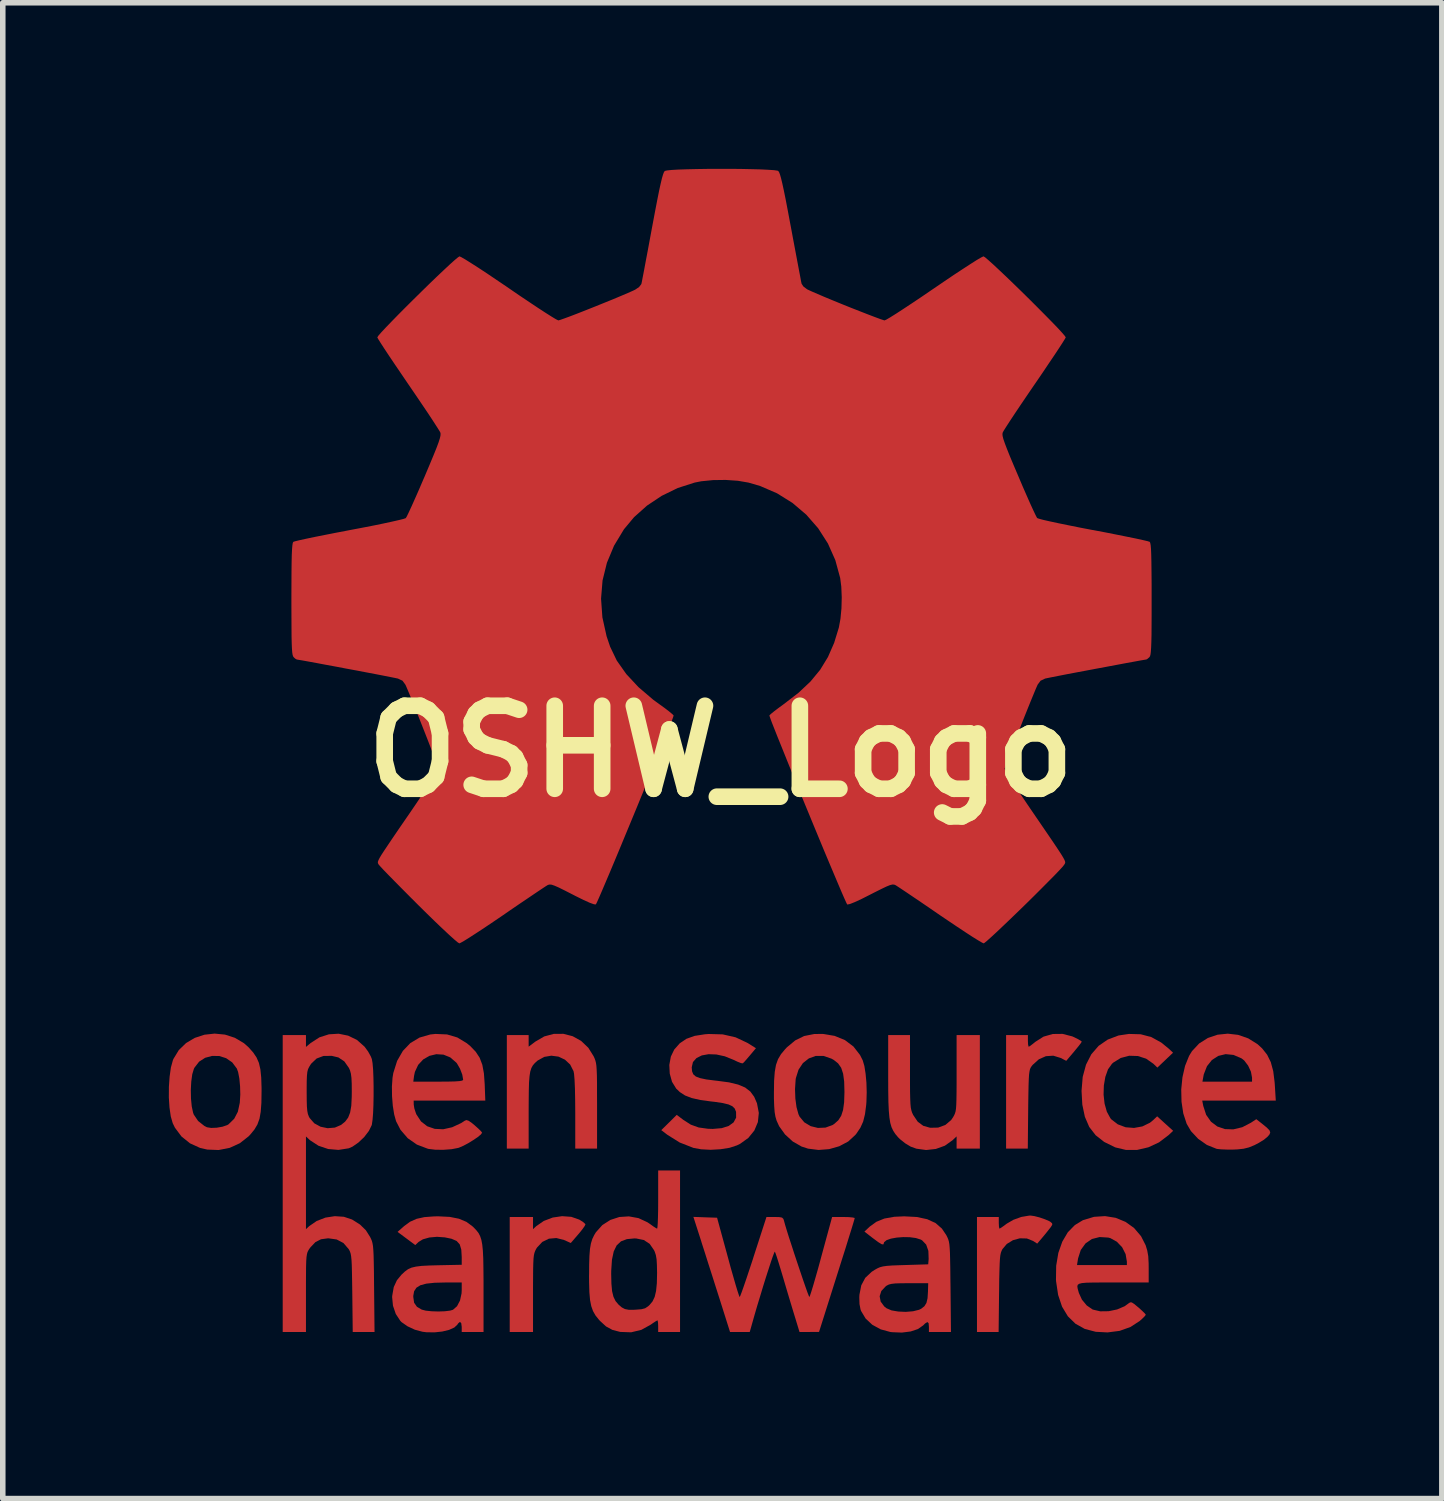
<source format=kicad_pcb>
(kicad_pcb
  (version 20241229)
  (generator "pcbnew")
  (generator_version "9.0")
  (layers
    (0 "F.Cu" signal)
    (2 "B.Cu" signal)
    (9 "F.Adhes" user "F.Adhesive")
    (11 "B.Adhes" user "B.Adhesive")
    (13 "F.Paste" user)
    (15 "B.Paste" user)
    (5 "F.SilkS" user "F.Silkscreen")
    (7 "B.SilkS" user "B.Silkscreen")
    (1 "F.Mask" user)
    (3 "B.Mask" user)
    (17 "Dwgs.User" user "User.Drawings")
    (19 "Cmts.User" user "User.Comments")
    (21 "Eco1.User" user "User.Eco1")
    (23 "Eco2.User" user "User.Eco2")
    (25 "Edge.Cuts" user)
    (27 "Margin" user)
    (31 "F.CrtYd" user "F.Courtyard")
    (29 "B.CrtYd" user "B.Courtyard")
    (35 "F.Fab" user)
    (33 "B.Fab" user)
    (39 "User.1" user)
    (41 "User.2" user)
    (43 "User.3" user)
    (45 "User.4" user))
  (footprint "OSHW_Logo"
    (layer "F.Cu")
    (at 9.971 10.521)
    (property "Reference" "OSHW_Logo" (at 0 0 0) (layer "F.SilkS") (effects (font (size 1.5 1.5) (thickness 0.3))))
    (attr board_only exclude_from_pos_files exclude_from_bom)
    (fp_poly (pts (xy -2.701 8.411) (xy -2.557 8.461) (xy -2.492 8.501) (xy -2.451 8.537) (xy -2.445 8.549) (xy -2.462 8.582) (xy -2.504 8.641) (xy -2.565 8.716) (xy -2.578 8.731) (xy -2.71 8.884) (xy -2.83 8.83) (xy -2.97 8.794) (xy -3.105 8.806) (xy -3.224 8.864) (xy -3.32 8.966) (xy -3.337 8.994) (xy -3.353 9.026) (xy -3.366 9.061) (xy -3.376 9.105) (xy -3.383 9.165) (xy -3.387 9.248) (xy -3.39 9.361) (xy -3.391 9.51) (xy -3.392 9.702) (xy -3.392 9.792) (xy -3.392 10.491) (xy -3.602 10.491) (xy -3.813 10.491) (xy -3.813 9.453) (xy -3.813 8.414) (xy -3.602 8.414) (xy -3.392 8.414) (xy -3.392 8.524) (xy -3.392 8.634) (xy -3.333 8.579) (xy -3.197 8.485) (xy -3.037 8.424) (xy -2.867 8.399)) (stroke (width 0) (type solid)) (fill yes) (layer "F.Cu"))
    (fp_poly (pts (xy 6.349 5.151) (xy 6.383 5.166) (xy 6.457 5.203) (xy 6.507 5.233) (xy 6.521 5.246) (xy 6.505 5.273) (xy 6.463 5.328) (xy 6.402 5.402) (xy 6.381 5.428) (xy 6.241 5.593) (xy 6.14 5.541) (xy 6.007 5.5) (xy 5.873 5.509) (xy 5.746 5.565) (xy 5.634 5.666) (xy 5.615 5.69) (xy 5.599 5.714) (xy 5.586 5.743) (xy 5.577 5.783) (xy 5.569 5.84) (xy 5.564 5.921) (xy 5.56 6.033) (xy 5.557 6.181) (xy 5.554 6.373) (xy 5.553 6.47) (xy 5.546 7.178) (xy 5.35 7.178) (xy 5.154 7.178) (xy 5.154 6.153) (xy 5.154 5.127) (xy 5.351 5.127) (xy 5.548 5.127) (xy 5.548 5.233) (xy 5.551 5.298) (xy 5.56 5.335) (xy 5.564 5.338) (xy 5.591 5.322) (xy 5.643 5.282) (xy 5.682 5.25) (xy 5.83 5.156) (xy 5.997 5.108) (xy 6.173 5.106)) (stroke (width 0) (type solid)) (fill yes) (layer "F.Cu"))
    (fp_poly (pts (xy 5.666 8.398) (xy 5.759 8.422) (xy 5.855 8.455) (xy 5.932 8.488) (xy 5.955 8.502) (xy 5.985 8.528) (xy 5.988 8.554) (xy 5.962 8.596) (xy 5.937 8.628) (xy 5.873 8.709) (xy 5.803 8.793) (xy 5.792 8.806) (xy 5.716 8.895) (xy 5.642 8.847) (xy 5.529 8.802) (xy 5.403 8.799) (xy 5.278 8.833) (xy 5.167 8.901) (xy 5.089 8.993) (xy 5.073 9.024) (xy 5.06 9.059) (xy 5.05 9.105) (xy 5.043 9.169) (xy 5.038 9.257) (xy 5.034 9.377) (xy 5.03 9.534) (xy 5.028 9.735) (xy 5.027 9.788) (xy 5.019 10.491) (xy 4.823 10.491) (xy 4.628 10.491) (xy 4.628 9.453) (xy 4.628 8.414) (xy 4.825 8.414) (xy 5.022 8.414) (xy 5.022 8.519) (xy 5.025 8.585) (xy 5.032 8.622) (xy 5.035 8.624) (xy 5.061 8.61) (xy 5.116 8.572) (xy 5.165 8.535) (xy 5.285 8.465) (xy 5.429 8.413) (xy 5.57 8.389) (xy 5.597 8.388)) (stroke (width 0) (type solid)) (fill yes) (layer "F.Cu"))
    (fp_poly (pts (xy 7.586 5.113) (xy 7.778 5.164) (xy 7.956 5.262) (xy 8.089 5.37) (xy 8.17 5.446) (xy 8.029 5.58) (xy 7.887 5.715) (xy 7.815 5.646) (xy 7.684 5.554) (xy 7.534 5.506) (xy 7.378 5.501) (xy 7.226 5.541) (xy 7.09 5.625) (xy 7.066 5.647) (xy 6.995 5.747) (xy 6.947 5.882) (xy 6.92 6.038) (xy 6.915 6.204) (xy 6.933 6.366) (xy 6.974 6.512) (xy 7.037 6.628) (xy 7.054 6.649) (xy 7.172 6.74) (xy 7.313 6.793) (xy 7.465 6.805) (xy 7.615 6.778) (xy 7.753 6.711) (xy 7.813 6.662) (xy 7.883 6.595) (xy 8.027 6.726) (xy 8.172 6.857) (xy 8.089 6.935) (xy 7.916 7.066) (xy 7.724 7.155) (xy 7.522 7.202) (xy 7.321 7.203) (xy 7.128 7.157) (xy 7.121 7.154) (xy 6.926 7.058) (xy 6.772 6.937) (xy 6.656 6.787) (xy 6.577 6.604) (xy 6.531 6.385) (xy 6.517 6.135) (xy 6.538 5.883) (xy 6.598 5.662) (xy 6.694 5.474) (xy 6.826 5.322) (xy 6.99 5.209) (xy 7.185 5.135) (xy 7.373 5.107)) (stroke (width 0) (type solid)) (fill yes) (layer "F.Cu"))
    (fp_poly (pts (xy -2.676 5.148) (xy -2.523 5.233) (xy -2.393 5.357) (xy -2.298 5.509) (xy -2.28 5.548) (xy -2.266 5.586) (xy -2.255 5.629) (xy -2.247 5.684) (xy -2.242 5.758) (xy -2.238 5.856) (xy -2.236 5.987) (xy -2.236 6.155) (xy -2.235 6.369) (xy -2.235 6.409) (xy -2.235 7.178) (xy -2.432 7.178) (xy -2.629 7.178) (xy -2.629 6.531) (xy -2.631 6.287) (xy -2.635 6.087) (xy -2.642 5.932) (xy -2.651 5.826) (xy -2.66 5.78) (xy -2.721 5.66) (xy -2.815 5.572) (xy -2.932 5.517) (xy -3.061 5.5) (xy -3.19 5.522) (xy -3.309 5.588) (xy -3.316 5.594) (xy -3.36 5.634) (xy -3.395 5.675) (xy -3.422 5.724) (xy -3.442 5.787) (xy -3.455 5.87) (xy -3.464 5.981) (xy -3.468 6.126) (xy -3.47 6.312) (xy -3.471 6.507) (xy -3.471 7.178) (xy -3.668 7.178) (xy -3.865 7.178) (xy -3.865 6.153) (xy -3.865 5.127) (xy -3.668 5.127) (xy -3.471 5.127) (xy -3.471 5.232) (xy -3.471 5.337) (xy -3.352 5.247) (xy -3.189 5.152) (xy -3.017 5.106) (xy -2.843 5.105)) (stroke (width 0) (type solid)) (fill yes) (layer "F.Cu"))
    (fp_poly (pts (xy 3.418 5.792) (xy 3.418 5.997) (xy 3.419 6.157) (xy 3.422 6.278) (xy 3.426 6.368) (xy 3.432 6.435) (xy 3.442 6.484) (xy 3.454 6.524) (xy 3.471 6.561) (xy 3.477 6.573) (xy 3.558 6.693) (xy 3.658 6.767) (xy 3.782 6.802) (xy 3.927 6.799) (xy 4.057 6.751) (xy 4.161 6.663) (xy 4.194 6.615) (xy 4.214 6.58) (xy 4.229 6.547) (xy 4.241 6.508) (xy 4.249 6.457) (xy 4.254 6.387) (xy 4.257 6.29) (xy 4.259 6.16) (xy 4.26 5.991) (xy 4.26 5.815) (xy 4.26 5.127) (xy 4.47 5.127) (xy 4.68 5.127) (xy 4.68 6.153) (xy 4.68 7.178) (xy 4.47 7.178) (xy 4.26 7.178) (xy 4.26 7.068) (xy 4.26 6.958) (xy 4.187 7.027) (xy 4.048 7.126) (xy 3.884 7.185) (xy 3.709 7.204) (xy 3.534 7.18) (xy 3.431 7.143) (xy 3.333 7.084) (xy 3.236 7.007) (xy 3.203 6.974) (xy 3.154 6.916) (xy 3.116 6.858) (xy 3.085 6.793) (xy 3.062 6.715) (xy 3.046 6.616) (xy 3.035 6.492) (xy 3.028 6.335) (xy 3.025 6.139) (xy 3.024 5.898) (xy 3.024 5.859) (xy 3.024 5.127) (xy 3.221 5.127) (xy 3.418 5.127)) (stroke (width 0) (type solid)) (fill yes) (layer "F.Cu"))
    (fp_poly (pts (xy 9.347 5.124) (xy 9.528 5.187) (xy 9.695 5.291) (xy 9.78 5.369) (xy 9.87 5.483) (xy 9.936 5.617) (xy 9.98 5.78) (xy 10.005 5.981) (xy 10.009 6.036) (xy 10.026 6.311) (xy 9.362 6.311) (xy 8.697 6.311) (xy 8.716 6.408) (xy 8.768 6.568) (xy 8.855 6.692) (xy 8.97 6.779) (xy 9.107 6.826) (xy 9.259 6.831) (xy 9.421 6.792) (xy 9.577 6.711) (xy 9.674 6.647) (xy 9.776 6.727) (xy 9.863 6.798) (xy 9.912 6.848) (xy 9.926 6.887) (xy 9.911 6.925) (xy 9.875 6.966) (xy 9.812 7.018) (xy 9.721 7.074) (xy 9.641 7.116) (xy 9.54 7.157) (xy 9.444 7.181) (xy 9.331 7.193) (xy 9.255 7.196) (xy 9.142 7.196) (xy 9.038 7.192) (xy 8.965 7.184) (xy 8.953 7.181) (xy 8.781 7.112) (xy 8.624 7.002) (xy 8.494 6.863) (xy 8.416 6.73) (xy 8.355 6.543) (xy 8.323 6.332) (xy 8.318 6.11) (xy 8.332 5.969) (xy 8.701 5.969) (xy 9.149 5.969) (xy 9.597 5.969) (xy 9.597 5.896) (xy 9.577 5.789) (xy 9.526 5.679) (xy 9.456 5.587) (xy 9.408 5.549) (xy 9.262 5.486) (xy 9.12 5.472) (xy 8.987 5.504) (xy 8.872 5.578) (xy 8.783 5.69) (xy 8.725 5.838) (xy 8.719 5.87) (xy 8.701 5.969) (xy 8.332 5.969) (xy 8.34 5.89) (xy 8.387 5.684) (xy 8.459 5.505) (xy 8.512 5.418) (xy 8.642 5.279) (xy 8.799 5.18) (xy 8.974 5.121) (xy 9.159 5.102)) (stroke (width 0) (type solid)) (fill yes) (layer "F.Cu"))
    (fp_poly (pts (xy -8.957 5.119) (xy -8.778 5.177) (xy -8.613 5.275) (xy -8.529 5.35) (xy -8.448 5.441) (xy -8.387 5.531) (xy -8.344 5.63) (xy -8.317 5.747) (xy -8.302 5.894) (xy -8.296 6.079) (xy -8.296 6.153) (xy -8.299 6.354) (xy -8.311 6.512) (xy -8.333 6.638) (xy -8.371 6.743) (xy -8.425 6.834) (xy -8.499 6.924) (xy -8.529 6.956) (xy -8.688 7.081) (xy -8.872 7.165) (xy -9.071 7.204) (xy -9.276 7.196) (xy -9.405 7.167) (xy -9.589 7.083) (xy -9.743 6.959) (xy -9.861 6.801) (xy -9.901 6.719) (xy -9.936 6.597) (xy -9.959 6.437) (xy -9.971 6.255) (xy -9.97 6.12) (xy -9.574 6.12) (xy -9.571 6.275) (xy -9.557 6.417) (xy -9.533 6.529) (xy -9.521 6.563) (xy -9.442 6.68) (xy -9.329 6.769) (xy -9.282 6.793) (xy -9.207 6.805) (xy -9.106 6.801) (xy -9.002 6.783) (xy -8.917 6.754) (xy -8.893 6.74) (xy -8.79 6.639) (xy -8.724 6.512) (xy -8.689 6.35) (xy -8.689 6.346) (xy -8.68 6.203) (xy -8.684 6.054) (xy -8.697 5.914) (xy -8.719 5.798) (xy -8.742 5.733) (xy -8.826 5.621) (xy -8.936 5.545) (xy -9.06 5.506) (xy -9.19 5.504) (xy -9.315 5.538) (xy -9.424 5.608) (xy -9.507 5.715) (xy -9.519 5.739) (xy -9.548 5.836) (xy -9.566 5.969) (xy -9.574 6.12) (xy -9.97 6.12) (xy -9.97 6.065) (xy -9.957 5.879) (xy -9.934 5.714) (xy -9.898 5.583) (xy -9.889 5.56) (xy -9.791 5.399) (xy -9.659 5.271) (xy -9.502 5.178) (xy -9.327 5.121) (xy -9.143 5.101)) (stroke (width 0) (type solid)) (fill yes) (layer "F.Cu"))
    (fp_poly (pts (xy 2.056 5.142) (xy 2.242 5.218) (xy 2.396 5.334) (xy 2.515 5.487) (xy 2.564 5.584) (xy 2.594 5.686) (xy 2.616 5.826) (xy 2.631 5.989) (xy 2.636 6.163) (xy 2.631 6.332) (xy 2.627 6.388) (xy 2.605 6.557) (xy 2.572 6.69) (xy 2.522 6.801) (xy 2.45 6.908) (xy 2.431 6.931) (xy 2.302 7.05) (xy 2.14 7.136) (xy 1.958 7.188) (xy 1.766 7.203) (xy 1.576 7.179) (xy 1.459 7.141) (xy 1.3 7.05) (xy 1.161 6.923) (xy 1.054 6.774) (xy 1.008 6.673) (xy 0.987 6.601) (xy 0.973 6.519) (xy 0.965 6.415) (xy 0.96 6.278) (xy 0.96 6.153) (xy 0.961 6.104) (xy 1.341 6.104) (xy 1.347 6.274) (xy 1.368 6.43) (xy 1.403 6.557) (xy 1.424 6.602) (xy 1.509 6.704) (xy 1.624 6.773) (xy 1.755 6.805) (xy 1.892 6.799) (xy 2.02 6.752) (xy 2.05 6.732) (xy 2.123 6.667) (xy 2.175 6.586) (xy 2.209 6.481) (xy 2.228 6.343) (xy 2.234 6.162) (xy 2.234 6.152) (xy 2.229 5.967) (xy 2.21 5.826) (xy 2.175 5.719) (xy 2.119 5.639) (xy 2.04 5.576) (xy 1.998 5.553) (xy 1.855 5.504) (xy 1.716 5.504) (xy 1.591 5.549) (xy 1.484 5.633) (xy 1.404 5.754) (xy 1.356 5.906) (xy 1.352 5.934) (xy 1.341 6.104) (xy 0.961 6.104) (xy 0.963 5.952) (xy 0.975 5.793) (xy 0.997 5.667) (xy 1.034 5.563) (xy 1.089 5.471) (xy 1.163 5.382) (xy 1.193 5.35) (xy 1.344 5.224) (xy 1.505 5.145) (xy 1.688 5.108) (xy 1.844 5.107)) (stroke (width 0) (type solid)) (fill yes) (layer "F.Cu"))
    (fp_poly (pts (xy 7.134 8.429) (xy 7.311 8.502) (xy 7.466 8.613) (xy 7.592 8.761) (xy 7.675 8.924) (xy 7.704 9.02) (xy 7.722 9.122) (xy 7.729 9.249) (xy 7.73 9.335) (xy 7.73 9.597) (xy 7.086 9.597) (xy 6.881 9.597) (xy 6.722 9.598) (xy 6.605 9.601) (xy 6.524 9.608) (xy 6.473 9.621) (xy 6.447 9.641) (xy 6.441 9.671) (xy 6.448 9.712) (xy 6.463 9.765) (xy 6.469 9.787) (xy 6.524 9.907) (xy 6.611 10.012) (xy 6.714 10.083) (xy 6.723 10.087) (xy 6.855 10.118) (xy 7.007 10.116) (xy 7.16 10.084) (xy 7.296 10.026) (xy 7.367 9.974) (xy 7.395 9.956) (xy 7.424 9.957) (xy 7.468 9.985) (xy 7.538 10.043) (xy 7.545 10.048) (xy 7.612 10.109) (xy 7.66 10.156) (xy 7.678 10.18) (xy 7.659 10.206) (xy 7.612 10.253) (xy 7.568 10.292) (xy 7.401 10.401) (xy 7.205 10.471) (xy 6.987 10.499) (xy 6.774 10.488) (xy 6.575 10.436) (xy 6.407 10.342) (xy 6.27 10.208) (xy 6.165 10.034) (xy 6.094 9.822) (xy 6.057 9.575) (xy 6.055 9.545) (xy 6.059 9.292) (xy 6.061 9.282) (xy 6.435 9.282) (xy 6.886 9.282) (xy 7.336 9.282) (xy 7.336 9.22) (xy 7.313 9.084) (xy 7.25 8.96) (xy 7.155 8.861) (xy 7.04 8.797) (xy 7.002 8.786) (xy 6.844 8.776) (xy 6.704 8.812) (xy 6.589 8.891) (xy 6.503 9.01) (xy 6.454 9.163) (xy 6.453 9.17) (xy 6.435 9.282) (xy 6.061 9.282) (xy 6.098 9.062) (xy 6.169 8.86) (xy 6.269 8.69) (xy 6.398 8.558) (xy 6.541 8.472) (xy 6.742 8.411) (xy 6.942 8.398)) (stroke (width 0) (type solid)) (fill yes) (layer "F.Cu"))
    (fp_poly (pts (xy -4.945 5.116) (xy -4.759 5.171) (xy -4.588 5.275) (xy -4.527 5.325) (xy -4.428 5.428) (xy -4.356 5.537) (xy -4.308 5.664) (xy -4.279 5.82) (xy -4.265 6.015) (xy -4.254 6.311) (xy -4.901 6.311) (xy -5.548 6.311) (xy -5.547 6.383) (xy -5.536 6.453) (xy -5.508 6.538) (xy -5.498 6.562) (xy -5.415 6.688) (xy -5.303 6.775) (xy -5.167 6.822) (xy -5.015 6.829) (xy -4.853 6.793) (xy -4.688 6.716) (xy -4.624 6.674) (xy -4.594 6.663) (xy -4.554 6.676) (xy -4.494 6.718) (xy -4.447 6.757) (xy -4.379 6.818) (xy -4.33 6.866) (xy -4.312 6.892) (xy -4.334 6.923) (xy -4.39 6.97) (xy -4.47 7.024) (xy -4.561 7.08) (xy -4.651 7.128) (xy -4.728 7.161) (xy -4.743 7.166) (xy -4.862 7.189) (xy -5.008 7.2) (xy -5.155 7.199) (xy -5.28 7.184) (xy -5.298 7.179) (xy -5.49 7.106) (xy -5.655 6.991) (xy -5.786 6.839) (xy -5.866 6.684) (xy -5.9 6.562) (xy -5.925 6.406) (xy -5.939 6.231) (xy -5.941 6.056) (xy -5.935 5.969) (xy -5.555 5.969) (xy -5.104 5.969) (xy -4.931 5.968) (xy -4.805 5.965) (xy -4.721 5.959) (xy -4.672 5.95) (xy -4.655 5.938) (xy -4.654 5.936) (xy -4.67 5.842) (xy -4.711 5.735) (xy -4.766 5.64) (xy -4.779 5.624) (xy -4.887 5.531) (xy -5.01 5.481) (xy -5.139 5.473) (xy -5.264 5.503) (xy -5.376 5.568) (xy -5.467 5.666) (xy -5.526 5.793) (xy -5.541 5.864) (xy -5.555 5.969) (xy -5.935 5.969) (xy -5.93 5.898) (xy -5.916 5.813) (xy -5.847 5.594) (xy -5.743 5.413) (xy -5.608 5.272) (xy -5.443 5.173) (xy -5.249 5.117) (xy -5.154 5.107)) (stroke (width 0) (type solid)) (fill yes) (layer "F.Cu"))
    (fp_poly (pts (xy 0.035 5.115) (xy 0.267 5.168) (xy 0.48 5.268) (xy 0.508 5.285) (xy 0.635 5.365) (xy 0.525 5.496) (xy 0.466 5.565) (xy 0.42 5.617) (xy 0.397 5.638) (xy 0.366 5.634) (xy 0.302 5.609) (xy 0.228 5.574) (xy 0.072 5.511) (xy -0.08 5.478) (xy -0.221 5.473) (xy -0.343 5.495) (xy -0.439 5.543) (xy -0.503 5.615) (xy -0.525 5.71) (xy -0.525 5.711) (xy -0.519 5.782) (xy -0.497 5.836) (xy -0.451 5.876) (xy -0.375 5.905) (xy -0.262 5.929) (xy -0.105 5.949) (xy -0.06 5.954) (xy 0.15 5.982) (xy 0.314 6.022) (xy 0.44 6.075) (xy 0.534 6.148) (xy 0.603 6.242) (xy 0.654 6.36) (xy 0.687 6.534) (xy 0.67 6.7) (xy 0.606 6.852) (xy 0.498 6.985) (xy 0.348 7.093) (xy 0.292 7.12) (xy 0.159 7.164) (xy -0.006 7.19) (xy -0.183 7.2) (xy -0.355 7.191) (xy -0.493 7.166) (xy -0.743 7.068) (xy -0.965 6.929) (xy -1.075 6.845) (xy -0.935 6.707) (xy -0.796 6.569) (xy -0.673 6.662) (xy -0.541 6.746) (xy -0.399 6.797) (xy -0.233 6.82) (xy -0.145 6.823) (xy 0.017 6.809) (xy 0.143 6.769) (xy 0.231 6.705) (xy 0.277 6.62) (xy 0.276 6.516) (xy 0.274 6.51) (xy 0.252 6.455) (xy 0.209 6.413) (xy 0.14 6.381) (xy 0.037 6.356) (xy -0.109 6.334) (xy -0.174 6.327) (xy -0.371 6.3) (xy -0.525 6.265) (xy -0.645 6.219) (xy -0.739 6.158) (xy -0.806 6.094) (xy -0.881 5.972) (xy -0.922 5.824) (xy -0.93 5.667) (xy -0.902 5.516) (xy -0.841 5.389) (xy -0.741 5.276) (xy -0.621 5.195) (xy -0.472 5.142) (xy -0.286 5.113) (xy -0.22 5.108)) (stroke (width 0) (type solid)) (fill yes) (layer "F.Cu"))
    (fp_poly (pts (xy -4.897 8.412) (xy -4.731 8.445) (xy -4.595 8.502) (xy -4.479 8.588) (xy -4.457 8.61) (xy -4.412 8.658) (xy -4.375 8.706) (xy -4.347 8.761) (xy -4.325 8.828) (xy -4.309 8.913) (xy -4.298 9.023) (xy -4.291 9.164) (xy -4.288 9.341) (xy -4.286 9.561) (xy -4.286 9.727) (xy -4.286 10.491) (xy -4.483 10.491) (xy -4.68 10.491) (xy -4.68 10.399) (xy -4.689 10.331) (xy -4.712 10.309) (xy -4.745 10.337) (xy -4.758 10.358) (xy -4.813 10.41) (xy -4.908 10.453) (xy -5.031 10.483) (xy -5.171 10.498) (xy -5.317 10.496) (xy -5.389 10.487) (xy -5.527 10.45) (xy -5.66 10.388) (xy -5.767 10.313) (xy -5.79 10.289) (xy -5.871 10.166) (xy -5.922 10.017) (xy -5.937 9.862) (xy -5.937 9.859) (xy -5.555 9.859) (xy -5.54 9.963) (xy -5.489 10.036) (xy -5.403 10.087) (xy -5.329 10.106) (xy -5.224 10.117) (xy -5.103 10.121) (xy -4.986 10.117) (xy -4.889 10.105) (xy -4.838 10.09) (xy -4.765 10.026) (xy -4.711 9.923) (xy -4.683 9.794) (xy -4.68 9.735) (xy -4.68 9.597) (xy -4.976 9.597) (xy -5.171 9.602) (xy -5.32 9.618) (xy -5.427 9.647) (xy -5.499 9.692) (xy -5.54 9.755) (xy -5.555 9.838) (xy -5.555 9.859) (xy -5.937 9.859) (xy -5.935 9.834) (xy -5.908 9.68) (xy -5.851 9.557) (xy -5.768 9.456) (xy -5.708 9.4) (xy -5.651 9.358) (xy -5.587 9.329) (xy -5.507 9.31) (xy -5.401 9.297) (xy -5.26 9.29) (xy -5.108 9.286) (xy -4.68 9.277) (xy -4.68 9.137) (xy -4.688 9.003) (xy -4.716 8.909) (xy -4.772 8.847) (xy -4.865 8.807) (xy -4.986 8.782) (xy -5.127 8.772) (xy -5.264 8.784) (xy -5.381 8.817) (xy -5.46 8.865) (xy -5.519 8.921) (xy -5.679 8.802) (xy -5.839 8.683) (xy -5.72 8.578) (xy -5.614 8.5) (xy -5.495 8.447) (xy -5.354 8.416) (xy -5.177 8.403) (xy -5.101 8.402)) (stroke (width 0) (type solid)) (fill yes) (layer "F.Cu"))
    (fp_poly (pts (xy -0.736 9.032) (xy -0.736 10.491) (xy -0.933 10.491) (xy -1.131 10.491) (xy -1.131 10.386) (xy -1.134 10.32) (xy -1.141 10.284) (xy -1.144 10.281) (xy -1.171 10.295) (xy -1.226 10.331) (xy -1.264 10.358) (xy -1.436 10.453) (xy -1.62 10.497) (xy -1.817 10.49) (xy -1.817 10.49) (xy -1.957 10.454) (xy -2.073 10.391) (xy -2.183 10.29) (xy -2.202 10.269) (xy -2.263 10.193) (xy -2.308 10.114) (xy -2.34 10.024) (xy -2.362 9.913) (xy -2.374 9.773) (xy -2.379 9.594) (xy -2.38 9.479) (xy -2.379 9.438) (xy -1.98 9.438) (xy -1.976 9.617) (xy -1.964 9.753) (xy -1.939 9.855) (xy -1.901 9.933) (xy -1.847 9.997) (xy -1.847 9.997) (xy -1.787 10.048) (xy -1.732 10.077) (xy -1.665 10.09) (xy -1.568 10.09) (xy -1.532 10.088) (xy -1.433 10.08) (xy -1.367 10.063) (xy -1.314 10.028) (xy -1.288 10.005) (xy -1.233 9.939) (xy -1.194 9.857) (xy -1.169 9.75) (xy -1.155 9.61) (xy -1.151 9.427) (xy -1.151 9.42) (xy -1.154 9.279) (xy -1.16 9.177) (xy -1.173 9.102) (xy -1.194 9.039) (xy -1.207 9.012) (xy -1.285 8.899) (xy -1.39 8.83) (xy -1.528 8.802) (xy -1.562 8.801) (xy -1.697 8.814) (xy -1.803 8.854) (xy -1.881 8.927) (xy -1.934 9.036) (xy -1.966 9.186) (xy -1.979 9.381) (xy -1.98 9.438) (xy -2.379 9.438) (xy -2.378 9.275) (xy -2.373 9.115) (xy -2.363 8.99) (xy -2.346 8.892) (xy -2.321 8.811) (xy -2.287 8.741) (xy -2.257 8.691) (xy -2.14 8.56) (xy -1.995 8.467) (xy -1.832 8.414) (xy -1.66 8.403) (xy -1.487 8.434) (xy -1.324 8.51) (xy -1.274 8.544) (xy -1.21 8.59) (xy -1.163 8.619) (xy -1.15 8.624) (xy -1.144 8.599) (xy -1.139 8.529) (xy -1.135 8.423) (xy -1.132 8.288) (xy -1.131 8.131) (xy -1.131 8.099) (xy -1.131 7.573) (xy -0.933 7.573) (xy -0.736 7.573)) (stroke (width 0) (type solid)) (fill yes) (layer "F.Cu"))
    (fp_poly (pts (xy -0.281 8.42) (xy -0.067 8.427) (xy 0.129 9.144) (xy 0.179 9.329) (xy 0.227 9.496) (xy 0.268 9.639) (xy 0.302 9.751) (xy 0.327 9.827) (xy 0.34 9.86) (xy 0.341 9.86) (xy 0.353 9.836) (xy 0.379 9.768) (xy 0.416 9.663) (xy 0.463 9.526) (xy 0.517 9.364) (xy 0.577 9.183) (xy 0.591 9.137) (xy 0.825 8.414) (xy 0.975 8.414) (xy 1.06 8.416) (xy 1.107 8.425) (xy 1.131 8.449) (xy 1.143 8.486) (xy 1.161 8.552) (xy 1.191 8.652) (xy 1.231 8.78) (xy 1.279 8.926) (xy 1.33 9.084) (xy 1.384 9.246) (xy 1.437 9.404) (xy 1.486 9.549) (xy 1.53 9.676) (xy 1.565 9.775) (xy 1.59 9.839) (xy 1.6 9.86) (xy 1.611 9.836) (xy 1.634 9.767) (xy 1.667 9.66) (xy 1.707 9.522) (xy 1.754 9.358) (xy 1.804 9.175) (xy 1.814 9.137) (xy 2.011 8.414) (xy 2.215 8.414) (xy 2.311 8.416) (xy 2.383 8.423) (xy 2.418 8.431) (xy 2.419 8.434) (xy 2.412 8.462) (xy 2.39 8.536) (xy 2.356 8.648) (xy 2.31 8.795) (xy 2.256 8.97) (xy 2.193 9.168) (xy 2.125 9.384) (xy 2.097 9.472) (xy 1.775 10.49) (xy 1.598 10.491) (xy 1.422 10.491) (xy 1.344 10.235) (xy 1.309 10.121) (xy 1.264 9.972) (xy 1.213 9.802) (xy 1.161 9.627) (xy 1.129 9.518) (xy 1.085 9.371) (xy 1.045 9.24) (xy 1.012 9.136) (xy 0.988 9.066) (xy 0.976 9.039) (xy 0.965 9.059) (xy 0.941 9.122) (xy 0.907 9.221) (xy 0.865 9.351) (xy 0.816 9.502) (xy 0.764 9.669) (xy 0.711 9.845) (xy 0.657 10.022) (xy 0.607 10.194) (xy 0.562 10.353) (xy 0.55 10.396) (xy 0.523 10.491) (xy 0.345 10.491) (xy 0.167 10.491) (xy -0.022 9.893) (xy -0.087 9.69) (xy -0.156 9.472) (xy -0.226 9.254) (xy -0.29 9.051) (xy -0.345 8.881) (xy -0.353 8.853) (xy -0.495 8.412)) (stroke (width 0) (type solid)) (fill yes) (layer "F.Cu"))
    (fp_poly (pts (xy 3.542 8.414) (xy 3.729 8.454) (xy 3.879 8.523) (xy 3.994 8.623) (xy 4.074 8.742) (xy 4.093 8.78) (xy 4.108 8.815) (xy 4.12 8.855) (xy 4.129 8.906) (xy 4.135 8.973) (xy 4.14 9.064) (xy 4.143 9.184) (xy 4.146 9.341) (xy 4.148 9.54) (xy 4.15 9.682) (xy 4.158 10.491) (xy 3.959 10.491) (xy 3.76 10.491) (xy 3.76 10.399) (xy 3.754 10.332) (xy 3.732 10.312) (xy 3.69 10.338) (xy 3.656 10.372) (xy 3.562 10.438) (xy 3.43 10.482) (xy 3.271 10.502) (xy 3.096 10.495) (xy 3.063 10.491) (xy 2.889 10.444) (xy 2.737 10.361) (xy 2.616 10.248) (xy 2.534 10.111) (xy 2.524 10.082) (xy 2.506 9.988) (xy 2.502 9.868) (xy 2.503 9.846) (xy 2.87 9.846) (xy 2.888 9.942) (xy 2.954 10.031) (xy 2.995 10.063) (xy 3.084 10.101) (xy 3.206 10.122) (xy 3.341 10.128) (xy 3.473 10.117) (xy 3.582 10.09) (xy 3.621 10.071) (xy 3.678 10.026) (xy 3.715 9.967) (xy 3.735 9.882) (xy 3.743 9.757) (xy 3.743 9.748) (xy 3.747 9.61) (xy 3.4 9.61) (xy 3.256 9.611) (xy 3.154 9.614) (xy 3.084 9.622) (xy 3.036 9.634) (xy 2.998 9.653) (xy 2.98 9.666) (xy 2.9 9.751) (xy 2.87 9.846) (xy 2.503 9.846) (xy 2.505 9.816) (xy 2.538 9.648) (xy 2.61 9.513) (xy 2.726 9.404) (xy 2.78 9.369) (xy 2.83 9.341) (xy 2.876 9.321) (xy 2.93 9.307) (xy 3 9.297) (xy 3.097 9.29) (xy 3.23 9.285) (xy 3.326 9.282) (xy 3.747 9.269) (xy 3.755 9.172) (xy 3.75 9.026) (xy 3.71 8.912) (xy 3.637 8.836) (xy 3.613 8.822) (xy 3.524 8.794) (xy 3.414 8.779) (xy 3.295 8.777) (xy 3.177 8.786) (xy 3.073 8.805) (xy 2.994 8.833) (xy 2.95 8.87) (xy 2.945 8.888) (xy 2.936 8.91) (xy 2.905 8.905) (xy 2.846 8.869) (xy 2.754 8.801) (xy 2.747 8.796) (xy 2.595 8.678) (xy 2.69 8.588) (xy 2.81 8.501) (xy 2.955 8.442) (xy 3.134 8.41) (xy 3.313 8.402)) (stroke (width 0) (type solid)) (fill yes) (layer "F.Cu"))
    (fp_poly (pts (xy -6.732 5.138) (xy -6.573 5.215) (xy -6.436 5.337) (xy -6.434 5.339) (xy -6.371 5.425) (xy -6.321 5.516) (xy -6.304 5.56) (xy -6.291 5.633) (xy -6.281 5.747) (xy -6.275 5.891) (xy -6.272 6.053) (xy -6.272 6.223) (xy -6.275 6.388) (xy -6.281 6.537) (xy -6.291 6.659) (xy -6.303 6.743) (xy -6.306 6.755) (xy -6.357 6.859) (xy -6.441 6.969) (xy -6.545 7.068) (xy -6.653 7.143) (xy -6.721 7.173) (xy -6.906 7.202) (xy -7.092 7.186) (xy -7.267 7.127) (xy -7.418 7.029) (xy -7.435 7.014) (xy -7.494 6.959) (xy -7.494 7.796) (xy -7.494 8.634) (xy -7.435 8.579) (xy -7.3 8.486) (xy -7.142 8.425) (xy -6.973 8.399) (xy -6.809 8.41) (xy -6.662 8.459) (xy -6.518 8.55) (xy -6.412 8.653) (xy -6.336 8.773) (xy -6.318 8.81) (xy -6.303 8.846) (xy -6.292 8.887) (xy -6.283 8.939) (xy -6.277 9.009) (xy -6.272 9.104) (xy -6.269 9.228) (xy -6.266 9.39) (xy -6.264 9.596) (xy -6.263 9.696) (xy -6.255 10.491) (xy -6.452 10.491) (xy -6.649 10.491) (xy -6.657 9.788) (xy -6.66 9.576) (xy -6.663 9.411) (xy -6.666 9.284) (xy -6.671 9.191) (xy -6.678 9.123) (xy -6.687 9.074) (xy -6.699 9.038) (xy -6.714 9.007) (xy -6.723 8.993) (xy -6.817 8.884) (xy -6.939 8.82) (xy -7.089 8.799) (xy -7.095 8.799) (xy -7.222 8.816) (xy -7.322 8.867) (xy -7.411 8.96) (xy -7.435 8.992) (xy -7.452 9.02) (xy -7.466 9.049) (xy -7.476 9.086) (xy -7.484 9.138) (xy -7.489 9.211) (xy -7.492 9.312) (xy -7.493 9.447) (xy -7.494 9.624) (xy -7.494 9.785) (xy -7.494 10.491) (xy -7.704 10.491) (xy -7.914 10.491) (xy -7.914 7.809) (xy -7.914 6.151) (xy -7.481 6.151) (xy -7.48 6.305) (xy -7.477 6.417) (xy -7.47 6.496) (xy -7.459 6.553) (xy -7.442 6.598) (xy -7.427 6.626) (xy -7.344 6.721) (xy -7.231 6.783) (xy -7.102 6.81) (xy -6.972 6.799) (xy -6.86 6.751) (xy -6.786 6.691) (xy -6.732 6.619) (xy -6.696 6.527) (xy -6.675 6.405) (xy -6.667 6.244) (xy -6.666 6.153) (xy -6.667 6.007) (xy -6.672 5.902) (xy -6.682 5.825) (xy -6.698 5.766) (xy -6.718 5.721) (xy -6.8 5.604) (xy -6.907 5.532) (xy -7.028 5.503) (xy -7.178 5.505) (xy -7.301 5.551) (xy -7.396 5.641) (xy -7.41 5.66) (xy -7.437 5.704) (xy -7.457 5.745) (xy -7.469 5.794) (xy -7.476 5.86) (xy -7.48 5.954) (xy -7.481 6.086) (xy -7.481 6.151) (xy -7.914 6.151) (xy -7.914 5.127) (xy -7.704 5.127) (xy -7.494 5.127) (xy -7.494 5.235) (xy -7.494 5.342) (xy -7.409 5.271) (xy -7.251 5.169) (xy -7.08 5.114) (xy -6.904 5.103)) (stroke (width 0) (type solid)) (fill yes) (layer "F.Cu"))
    (fp_poly (pts (xy 0.168 -10.521) (xy 0.367 -10.519) (xy 0.553 -10.515) (xy 0.719 -10.511) (xy 0.857 -10.504) (xy 0.962 -10.497) (xy 1.024 -10.488) (xy 1.037 -10.483) (xy 1.052 -10.463) (xy 1.068 -10.423) (xy 1.087 -10.358) (xy 1.11 -10.263) (xy 1.138 -10.135) (xy 1.172 -9.968) (xy 1.212 -9.758) (xy 1.26 -9.502) (xy 1.265 -9.477) (xy 1.306 -9.256) (xy 1.345 -9.049) (xy 1.38 -8.863) (xy 1.41 -8.704) (xy 1.434 -8.578) (xy 1.45 -8.49) (xy 1.459 -8.448) (xy 1.459 -8.447) (xy 1.492 -8.396) (xy 1.558 -8.346) (xy 1.571 -8.339) (xy 1.643 -8.306) (xy 1.749 -8.26) (xy 1.88 -8.204) (xy 2.03 -8.142) (xy 2.191 -8.076) (xy 2.355 -8.01) (xy 2.513 -7.948) (xy 2.659 -7.891) (xy 2.785 -7.843) (xy 2.882 -7.807) (xy 2.943 -7.787) (xy 2.959 -7.783) (xy 2.992 -7.798) (xy 3.062 -7.839) (xy 3.166 -7.904) (xy 3.298 -7.99) (xy 3.453 -8.092) (xy 3.626 -8.208) (xy 3.812 -8.335) (xy 3.852 -8.362) (xy 4.04 -8.49) (xy 4.216 -8.609) (xy 4.376 -8.714) (xy 4.513 -8.803) (xy 4.623 -8.873) (xy 4.702 -8.919) (xy 4.743 -8.939) (xy 4.746 -8.94) (xy 4.775 -8.922) (xy 4.835 -8.871) (xy 4.922 -8.793) (xy 5.031 -8.691) (xy 5.157 -8.572) (xy 5.294 -8.44) (xy 5.438 -8.3) (xy 5.584 -8.156) (xy 5.726 -8.014) (xy 5.86 -7.879) (xy 5.981 -7.756) (xy 6.084 -7.649) (xy 6.163 -7.563) (xy 6.214 -7.504) (xy 6.232 -7.476) (xy 6.217 -7.449) (xy 6.176 -7.383) (xy 6.112 -7.284) (xy 6.028 -7.157) (xy 5.926 -7.006) (xy 5.812 -6.836) (xy 5.687 -6.653) (xy 5.675 -6.636) (xy 5.548 -6.45) (xy 5.43 -6.276) (xy 5.324 -6.118) (xy 5.234 -5.982) (xy 5.163 -5.873) (xy 5.115 -5.797) (xy 5.093 -5.758) (xy 5.093 -5.757) (xy 5.088 -5.732) (xy 5.091 -5.695) (xy 5.104 -5.642) (xy 5.13 -5.566) (xy 5.169 -5.463) (xy 5.223 -5.328) (xy 5.296 -5.154) (xy 5.375 -4.969) (xy 5.453 -4.785) (xy 5.527 -4.616) (xy 5.592 -4.469) (xy 5.647 -4.349) (xy 5.688 -4.263) (xy 5.712 -4.217) (xy 5.716 -4.212) (xy 5.749 -4.2) (xy 5.827 -4.179) (xy 5.946 -4.152) (xy 6.099 -4.119) (xy 6.28 -4.082) (xy 6.483 -4.041) (xy 6.703 -3.999) (xy 6.733 -3.994) (xy 6.954 -3.952) (xy 7.16 -3.911) (xy 7.344 -3.874) (xy 7.501 -3.842) (xy 7.624 -3.815) (xy 7.709 -3.795) (xy 7.748 -3.783) (xy 7.749 -3.782) (xy 7.758 -3.763) (xy 7.766 -3.721) (xy 7.772 -3.652) (xy 7.776 -3.55) (xy 7.779 -3.413) (xy 7.781 -3.236) (xy 7.783 -3.015) (xy 7.783 -2.746) (xy 7.783 -2.486) (xy 7.782 -2.273) (xy 7.781 -2.103) (xy 7.778 -1.971) (xy 7.774 -1.871) (xy 7.769 -1.799) (xy 7.763 -1.75) (xy 7.755 -1.719) (xy 7.744 -1.701) (xy 7.742 -1.698) (xy 7.703 -1.665) (xy 7.686 -1.657) (xy 7.654 -1.652) (xy 7.578 -1.639) (xy 7.464 -1.618) (xy 7.321 -1.592) (xy 7.156 -1.561) (xy 6.975 -1.527) (xy 6.787 -1.492) (xy 6.597 -1.456) (xy 6.415 -1.422) (xy 6.246 -1.39) (xy 6.099 -1.361) (xy 5.981 -1.338) (xy 5.898 -1.321) (xy 5.86 -1.313) (xy 5.777 -1.274) (xy 5.724 -1.203) (xy 5.724 -1.203) (xy 5.694 -1.135) (xy 5.651 -1.031) (xy 5.597 -0.9) (xy 5.536 -0.749) (xy 5.47 -0.584) (xy 5.403 -0.414) (xy 5.337 -0.246) (xy 5.276 -0.087) (xy 5.221 0.056) (xy 5.176 0.175) (xy 5.145 0.262) (xy 5.129 0.311) (xy 5.127 0.318) (xy 5.142 0.349) (xy 5.183 0.418) (xy 5.247 0.52) (xy 5.331 0.649) (xy 5.431 0.8) (xy 5.545 0.969) (xy 5.652 1.126) (xy 5.799 1.341) (xy 5.92 1.518) (xy 6.016 1.659) (xy 6.09 1.77) (xy 6.145 1.854) (xy 6.183 1.916) (xy 6.207 1.96) (xy 6.219 1.99) (xy 6.222 2.011) (xy 6.218 2.026) (xy 6.21 2.04) (xy 6.208 2.044) (xy 6.18 2.081) (xy 6.12 2.147) (xy 6.033 2.238) (xy 5.924 2.348) (xy 5.799 2.474) (xy 5.663 2.61) (xy 5.52 2.751) (xy 5.375 2.892) (xy 5.234 3.028) (xy 5.102 3.154) (xy 4.984 3.266) (xy 4.884 3.358) (xy 4.808 3.426) (xy 4.761 3.464) (xy 4.749 3.471) (xy 4.717 3.456) (xy 4.647 3.415) (xy 4.544 3.351) (xy 4.415 3.267) (xy 4.264 3.167) (xy 4.096 3.054) (xy 3.961 2.963) (xy 3.784 2.841) (xy 3.618 2.728) (xy 3.469 2.627) (xy 3.343 2.542) (xy 3.244 2.476) (xy 3.18 2.434) (xy 3.158 2.42) (xy 3.131 2.409) (xy 3.099 2.408) (xy 3.055 2.419) (xy 2.991 2.445) (xy 2.899 2.489) (xy 2.771 2.553) (xy 2.701 2.589) (xy 2.543 2.669) (xy 2.419 2.726) (xy 2.333 2.76) (xy 2.288 2.769) (xy 2.283 2.767) (xy 2.268 2.738) (xy 2.235 2.665) (xy 2.186 2.553) (xy 2.124 2.407) (xy 2.05 2.232) (xy 1.966 2.033) (xy 1.874 1.814) (xy 1.777 1.58) (xy 1.676 1.336) (xy 1.573 1.086) (xy 1.47 0.837) (xy 1.37 0.591) (xy 1.273 0.355) (xy 1.183 0.132) (xy 1.101 -0.072) (xy 1.028 -0.252) (xy 0.968 -0.404) (xy 0.921 -0.523) (xy 0.891 -0.605) (xy 0.878 -0.644) (xy 0.878 -0.646) (xy 0.903 -0.672) (xy 0.962 -0.72) (xy 1.046 -0.784) (xy 1.139 -0.852) (xy 1.402 -1.054) (xy 1.619 -1.258) (xy 1.795 -1.471) (xy 1.936 -1.702) (xy 2.048 -1.958) (xy 2.133 -2.235) (xy 2.162 -2.393) (xy 2.18 -2.582) (xy 2.185 -2.782) (xy 2.177 -2.973) (xy 2.157 -3.129) (xy 2.069 -3.452) (xy 1.935 -3.753) (xy 1.759 -4.028) (xy 1.545 -4.273) (xy 1.296 -4.485) (xy 1.017 -4.659) (xy 0.71 -4.792) (xy 0.5 -4.853) (xy 0.308 -4.886) (xy 0.087 -4.901) (xy -0.14 -4.898) (xy -0.352 -4.877) (xy -0.473 -4.853) (xy -0.778 -4.755) (xy -1.067 -4.614) (xy -1.333 -4.437) (xy -1.567 -4.228) (xy -1.749 -4.01) (xy -1.928 -3.714) (xy -2.057 -3.405) (xy -2.136 -3.085) (xy -2.163 -2.756) (xy -2.139 -2.419) (xy -2.063 -2.077) (xy -1.999 -1.888) (xy -1.879 -1.638) (xy -1.707 -1.394) (xy -1.487 -1.158) (xy -1.22 -0.93) (xy -1.113 -0.852) (xy -1.013 -0.78) (xy -0.93 -0.716) (xy -0.874 -0.669) (xy -0.852 -0.646) (xy -0.86 -0.618) (xy -0.886 -0.547) (xy -0.929 -0.436) (xy -0.986 -0.291) (xy -1.056 -0.117) (xy -1.136 0.082) (xy -1.225 0.3) (xy -1.32 0.534) (xy -1.42 0.778) (xy -1.522 1.027) (xy -1.625 1.276) (xy -1.727 1.522) (xy -1.825 1.759) (xy -1.918 1.982) (xy -2.004 2.187) (xy -2.081 2.368) (xy -2.146 2.521) (xy -2.198 2.641) (xy -2.235 2.724) (xy -2.255 2.764) (xy -2.257 2.767) (xy -2.29 2.765) (xy -2.366 2.738) (xy -2.479 2.687) (xy -2.629 2.613) (xy -2.675 2.589) (xy -2.82 2.515) (xy -2.927 2.462) (xy -3.003 2.429) (xy -3.055 2.411) (xy -3.091 2.408) (xy -3.119 2.414) (xy -3.131 2.42) (xy -3.168 2.443) (xy -3.242 2.492) (xy -3.348 2.563) (xy -3.481 2.653) (xy -3.635 2.757) (xy -3.805 2.873) (xy -3.935 2.963) (xy -4.112 3.083) (xy -4.276 3.193) (xy -4.422 3.289) (xy -4.546 3.369) (xy -4.641 3.428) (xy -4.702 3.462) (xy -4.723 3.471) (xy -4.752 3.453) (xy -4.814 3.401) (xy -4.905 3.319) (xy -5.021 3.211) (xy -5.157 3.081) (xy -5.31 2.932) (xy -5.463 2.781) (xy -5.621 2.623) (xy -5.768 2.475) (xy -5.899 2.342) (xy -6.011 2.228) (xy -6.098 2.138) (xy -6.156 2.075) (xy -6.182 2.045) (xy -6.182 2.044) (xy -6.19 2.03) (xy -6.195 2.015) (xy -6.194 1.996) (xy -6.184 1.968) (xy -6.164 1.928) (xy -6.13 1.871) (xy -6.079 1.793) (xy -6.01 1.69) (xy -5.92 1.556) (xy -5.806 1.389) (xy -5.665 1.184) (xy -5.625 1.126) (xy -5.503 0.947) (xy -5.391 0.78) (xy -5.293 0.631) (xy -5.211 0.505) (xy -5.15 0.407) (xy -5.112 0.343) (xy -5.101 0.318) (xy -5.11 0.285) (xy -5.137 0.211) (xy -5.177 0.103) (xy -5.228 -0.031) (xy -5.287 -0.185) (xy -5.352 -0.351) (xy -5.419 -0.521) (xy -5.486 -0.689) (xy -5.549 -0.846) (xy -5.605 -0.985) (xy -5.653 -1.1) (xy -5.688 -1.182) (xy -5.698 -1.203) (xy -5.75 -1.274) (xy -5.833 -1.313) (xy -5.834 -1.313) (xy -5.876 -1.322) (xy -5.961 -1.339) (xy -6.082 -1.363) (xy -6.231 -1.392) (xy -6.4 -1.424) (xy -6.583 -1.459) (xy -6.773 -1.494) (xy -6.961 -1.53) (xy -7.141 -1.563) (xy -7.305 -1.594) (xy -7.447 -1.62) (xy -7.558 -1.64) (xy -7.631 -1.652) (xy -7.66 -1.657) (xy -7.688 -1.673) (xy -7.715 -1.698) (xy -7.726 -1.714) (xy -7.735 -1.741) (xy -7.742 -1.786) (xy -7.747 -1.851) (xy -7.751 -1.944) (xy -7.754 -2.068) (xy -7.755 -2.228) (xy -7.756 -2.43) (xy -7.757 -2.678) (xy -7.757 -2.746) (xy -7.756 -3.016) (xy -7.755 -3.237) (xy -7.753 -3.414) (xy -7.75 -3.551) (xy -7.745 -3.652) (xy -7.739 -3.721) (xy -7.732 -3.763) (xy -7.723 -3.782) (xy -7.69 -3.793) (xy -7.612 -3.812) (xy -7.493 -3.838) (xy -7.341 -3.87) (xy -7.16 -3.906) (xy -6.957 -3.946) (xy -6.737 -3.988) (xy -6.707 -3.994) (xy -6.485 -4.036) (xy -6.279 -4.076) (xy -6.095 -4.114) (xy -5.938 -4.148) (xy -5.815 -4.176) (xy -5.731 -4.197) (xy -5.691 -4.211) (xy -5.69 -4.212) (xy -5.671 -4.244) (xy -5.635 -4.319) (xy -5.584 -4.429) (xy -5.522 -4.568) (xy -5.45 -4.731) (xy -5.373 -4.911) (xy -5.348 -4.968) (xy -5.259 -5.179) (xy -5.189 -5.347) (xy -5.136 -5.478) (xy -5.099 -5.577) (xy -5.076 -5.649) (xy -5.064 -5.7) (xy -5.062 -5.735) (xy -5.066 -5.757) (xy -5.087 -5.794) (xy -5.134 -5.868) (xy -5.203 -5.975) (xy -5.292 -6.11) (xy -5.398 -6.267) (xy -5.515 -6.44) (xy -5.642 -6.626) (xy -5.649 -6.636) (xy -5.774 -6.82) (xy -5.89 -6.991) (xy -5.993 -7.144) (xy -6.079 -7.274) (xy -6.145 -7.376) (xy -6.188 -7.445) (xy -6.205 -7.476) (xy -6.205 -7.476) (xy -6.187 -7.505) (xy -6.136 -7.564) (xy -6.056 -7.65) (xy -5.953 -7.757) (xy -5.832 -7.881) (xy -5.698 -8.016) (xy -5.555 -8.158) (xy -5.41 -8.301) (xy -5.266 -8.442) (xy -5.129 -8.574) (xy -5.003 -8.693) (xy -4.895 -8.794) (xy -4.808 -8.872) (xy -4.748 -8.922) (xy -4.72 -8.94) (xy -4.687 -8.925) (xy -4.616 -8.884) (xy -4.512 -8.819) (xy -4.379 -8.734) (xy -4.224 -8.632) (xy -4.051 -8.515) (xy -3.864 -8.389) (xy -3.825 -8.362) (xy -3.637 -8.233) (xy -3.461 -8.115) (xy -3.302 -8.009) (xy -3.165 -7.92) (xy -3.056 -7.851) (xy -2.978 -7.804) (xy -2.937 -7.784) (xy -2.934 -7.783) (xy -2.898 -7.793) (xy -2.822 -7.82) (xy -2.713 -7.86) (xy -2.578 -7.912) (xy -2.426 -7.972) (xy -2.265 -8.036) (xy -2.102 -8.102) (xy -1.944 -8.166) (xy -1.801 -8.226) (xy -1.679 -8.278) (xy -1.587 -8.319) (xy -1.545 -8.339) (xy -1.476 -8.386) (xy -1.436 -8.438) (xy -1.433 -8.447) (xy -1.425 -8.486) (xy -1.409 -8.57) (xy -1.385 -8.694) (xy -1.356 -8.851) (xy -1.321 -9.035) (xy -1.283 -9.24) (xy -1.242 -9.461) (xy -1.239 -9.477) (xy -1.19 -9.738) (xy -1.149 -9.951) (xy -1.115 -10.122) (xy -1.086 -10.254) (xy -1.063 -10.351) (xy -1.043 -10.419) (xy -1.027 -10.461) (xy -1.012 -10.482) (xy -1.011 -10.483) (xy -0.971 -10.492) (xy -0.886 -10.501) (xy -0.763 -10.508) (xy -0.61 -10.513) (xy -0.432 -10.517) (xy -0.239 -10.52) (xy -0.036 -10.521)) (stroke (width 0) (type solid)) (fill yes) (layer "F.Cu")))
  (gr_rect
    (start -3 -3)
    (end 22.997 24.022)
    (stroke (width 0.1) (type default))
    (fill no)
    (layer "Edge.Cuts")))
</source>
